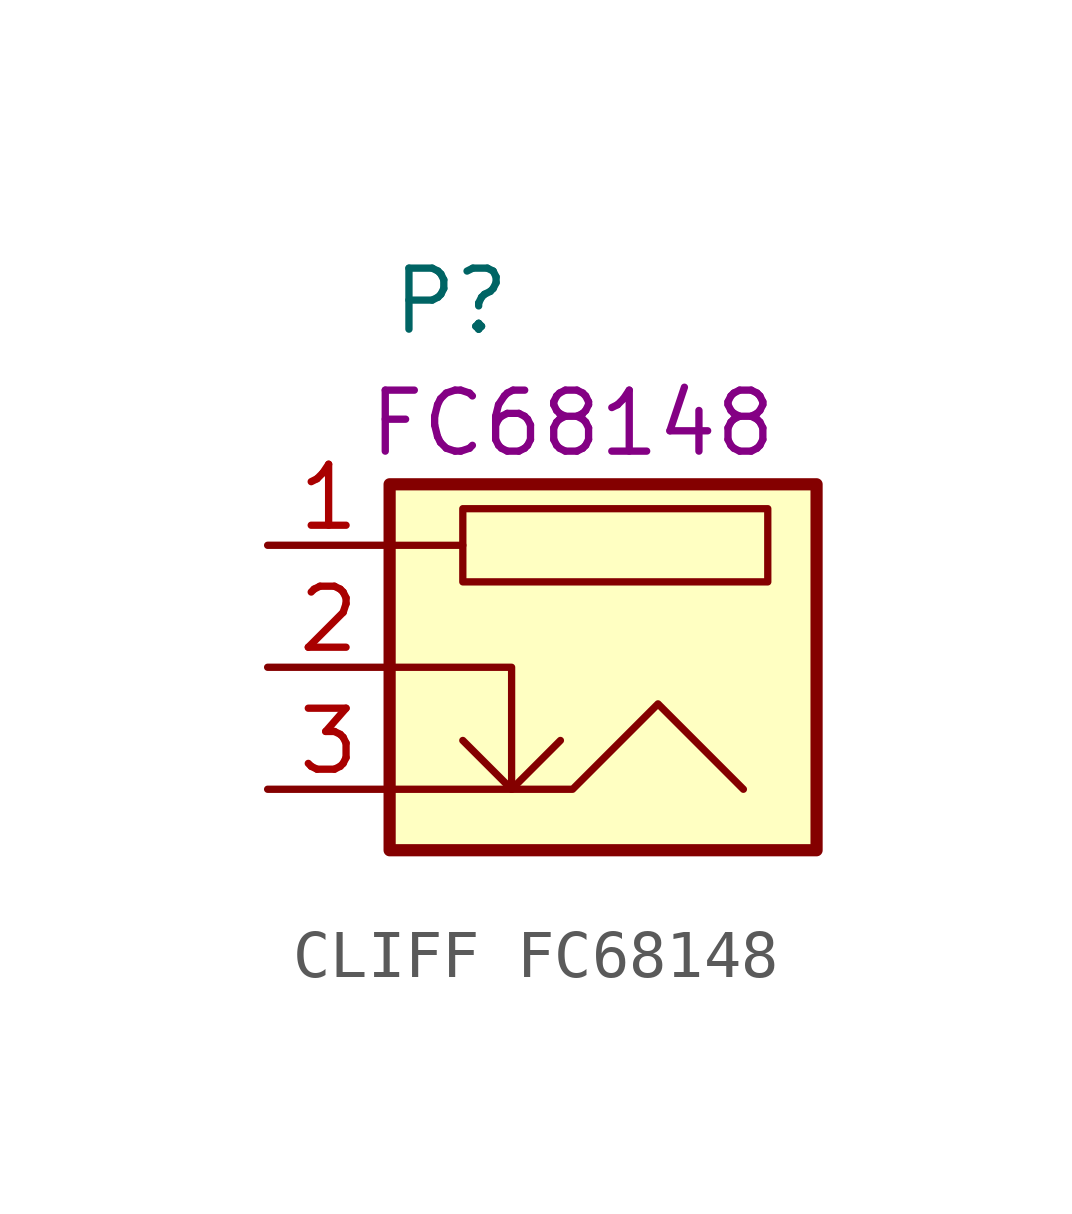
<source format=kicad_sym>
(kicad_symbol_lib
  (version 20211014)
  (generator kicad_symbol_editor)
  (symbol "CLIFF FC68148"
    (pin_names
      (offset 1.016))
    (property "Reference" "P"
      (at 0 7.62 0)
      (effects (font (size 1.27 1.27)) (justify left)))
    (property "Comment" "FC68148"
      (at 3.81 5.08 0)
      (effects (font (size 1.27 1.27))))
    (symbol "CLIFF FC68148_0_1"
      (polyline (pts (xy 0 2.54) (xy 1.524 2.54)) (stroke (width 0.152) (type default) (color 0 0 0 0)) (fill (type none)))
      (polyline (pts (xy 2.54 -2.54) (xy 3.556 -1.524)) (stroke (width 0.152) (type default) (color 0 0 0 0)) (fill (type none)))
      (polyline (pts (xy 0 -2.54) (xy 3.81 -2.54) (xy 5.588 -0.762) (xy 7.366 -2.54)) (stroke (width 0.152) (type default) (color 0 0 0 0)) (fill (type none)))
      (polyline (pts (xy 0 0) (xy 2.54 0) (xy 2.54 -2.286) (xy 2.54 -2.54) (xy 1.524 -1.524)) (stroke (width 0.152) (type default) (color 0 0 0 0)) (fill (type none)))
      (rectangle (start 0 3.81) (end 8.89 -3.81) (stroke (width 0.254) (type default) (color 0 0 0 0)) (fill (type background)))
      (rectangle (start 1.524 3.302) (end 7.874 1.778) (stroke (width 0.152) (type default) (color 0 0 0 0)) (fill (type none))))
    (symbol "CLIFF FC68148_1_1"
      (pin passive line (at -2.54 2.54 0) (length 2.54) (name "~" (effects (font (size 1.27 1.27)))) (number "1" (effects (font (size 1.27 1.27)))))
      (pin passive line (at -2.54 0 0) (length 2.54) (name "" (effects (font (size 1.27 1.27)))) (number "2" (effects (font (size 1.27 1.27)))))
      (pin passive line (at -2.54 -2.54 0) (length 2.54) (name "" (effects (font (size 1.27 1.27)))) (number "3" (effects (font (size 1.27 1.27))))))))
</source>
